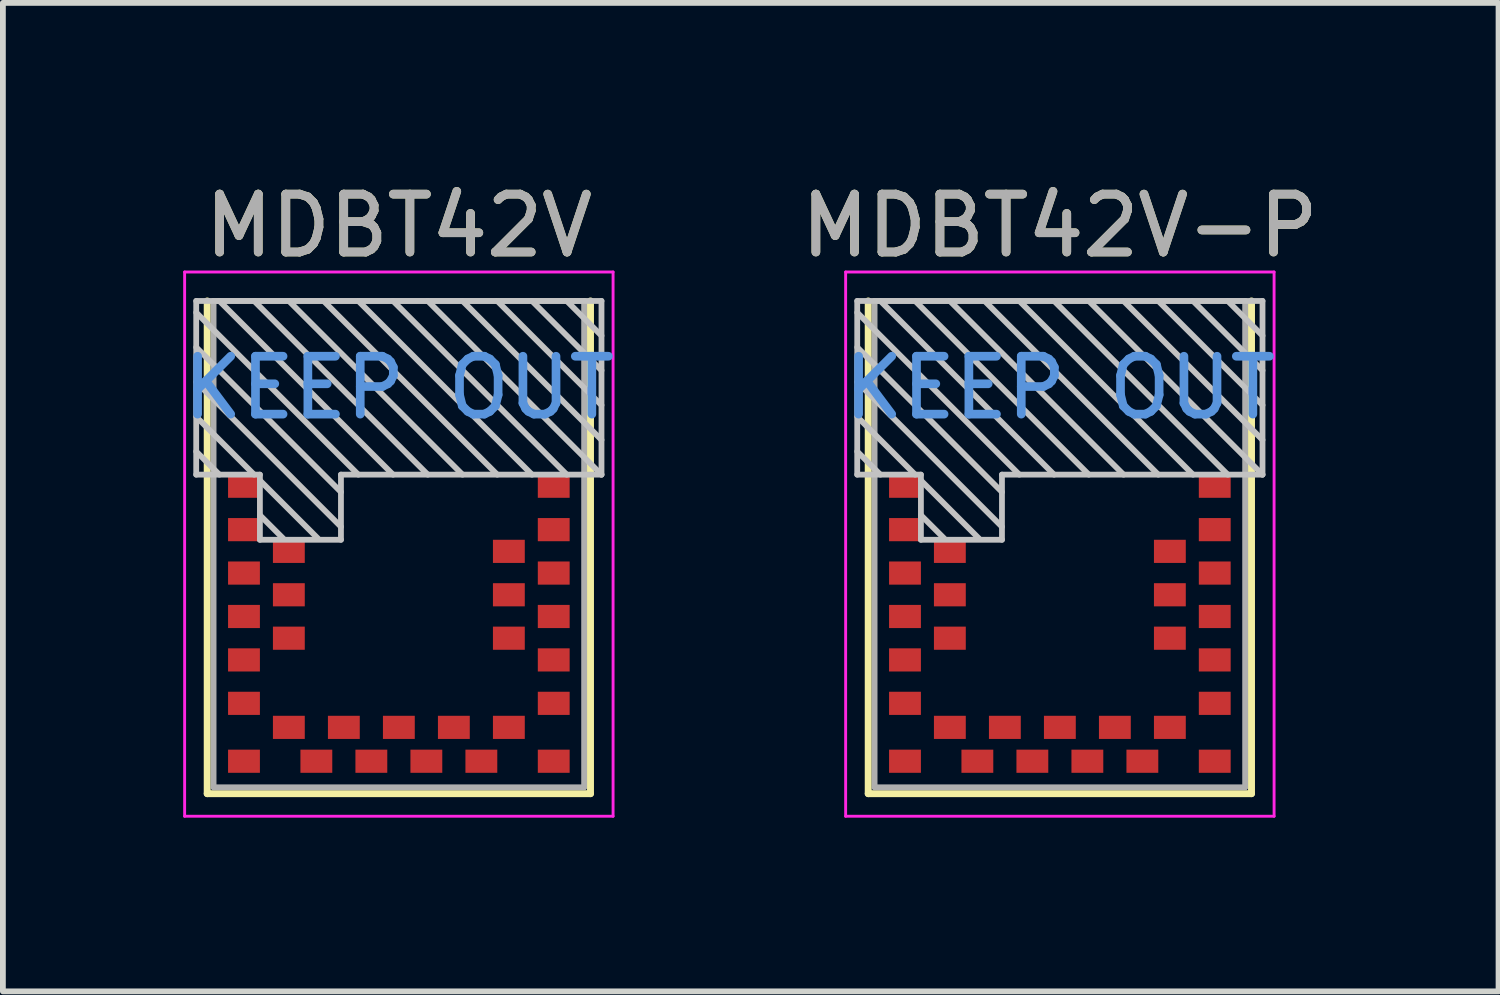
<source format=kicad_pcb>
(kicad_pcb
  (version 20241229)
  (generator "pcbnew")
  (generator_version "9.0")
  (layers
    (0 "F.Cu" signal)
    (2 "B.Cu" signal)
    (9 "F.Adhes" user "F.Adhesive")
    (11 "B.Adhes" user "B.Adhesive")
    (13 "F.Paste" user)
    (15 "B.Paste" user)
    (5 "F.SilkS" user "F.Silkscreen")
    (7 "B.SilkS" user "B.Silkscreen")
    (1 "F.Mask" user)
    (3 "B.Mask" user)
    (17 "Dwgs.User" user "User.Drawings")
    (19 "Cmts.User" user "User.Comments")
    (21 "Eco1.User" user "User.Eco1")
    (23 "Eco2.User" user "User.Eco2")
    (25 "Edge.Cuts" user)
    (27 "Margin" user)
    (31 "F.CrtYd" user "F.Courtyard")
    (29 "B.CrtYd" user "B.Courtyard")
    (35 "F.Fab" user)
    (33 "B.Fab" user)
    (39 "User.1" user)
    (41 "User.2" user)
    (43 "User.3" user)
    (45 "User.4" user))
  (footprint "MDBT42V"
    (layer "F.Cu")
    (at 3.839 6.348)
    (property "Reference" "MDBT42V" (at 0 -5.5 0) (layer "F.SilkS") (effects (font (size 1 1) (thickness 0.15))))
    (attr smd)
    (fp_line (start -3.31 4.31) (end -3.31 -4.2) (stroke (width 0.12) (type solid)) (layer "F.SilkS"))
    (fp_line (start -3.31 4.31) (end 3.31 4.31) (stroke (width 0.12) (type solid)) (layer "F.SilkS"))
    (fp_line (start 3.31 4.31) (end 3.31 -4.2) (stroke (width 0.12) (type solid)) (layer "F.SilkS"))
    (fp_line (start -3.5 -4.2) (end 3.5 -4.2) (stroke (width 0.1) (type solid)) (layer "Dwgs.User"))
    (fp_line (start -3.5 -4) (end -0.7 -1.2) (stroke (width 0.1) (type solid)) (layer "Dwgs.User"))
    (fp_line (start -3.5 -3.4) (end -1 -0.9) (stroke (width 0.1) (type solid)) (layer "Dwgs.User"))
    (fp_line (start -3.5 -2.8) (end -1 -0.3) (stroke (width 0.1) (type solid)) (layer "Dwgs.User"))
    (fp_line (start -3.5 -2.2) (end -2.5 -1.2) (stroke (width 0.1) (type solid)) (layer "Dwgs.User"))
    (fp_line (start -3.5 -1.6) (end -3.1 -1.2) (stroke (width 0.1) (type solid)) (layer "Dwgs.User"))
    (fp_line (start -3.5 -1.2) (end -3.5 -4.2) (stroke (width 0.1) (type solid)) (layer "Dwgs.User"))
    (fp_line (start -3.1 -4.2) (end -0.1 -1.2) (stroke (width 0.1) (type solid)) (layer "Dwgs.User"))
    (fp_line (start -2.5 -4.2) (end 0.5 -1.2) (stroke (width 0.1) (type solid)) (layer "Dwgs.User"))
    (fp_line (start -2.4 -1.2) (end -3.5 -1.2) (stroke (width 0.1) (type solid)) (layer "Dwgs.User"))
    (fp_line (start -2.4 -1.2) (end -2.4 -0.075) (stroke (width 0.1) (type solid)) (layer "Dwgs.User"))
    (fp_line (start -2.4 -1.1) (end -1.4 -0.1) (stroke (width 0.1) (type solid)) (layer "Dwgs.User"))
    (fp_line (start -2.4 -0.5) (end -2 -0.1) (stroke (width 0.1) (type solid)) (layer "Dwgs.User"))
    (fp_line (start -1.9 -4.2) (end 1.1 -1.2) (stroke (width 0.1) (type solid)) (layer "Dwgs.User"))
    (fp_line (start -1.3 -4.2) (end 1.7 -1.2) (stroke (width 0.1) (type solid)) (layer "Dwgs.User"))
    (fp_line (start -1 -1.2) (end -1 -0.075) (stroke (width 0.1) (type solid)) (layer "Dwgs.User"))
    (fp_line (start -1 -0.075) (end -2.4 -0.075) (stroke (width 0.1) (type solid)) (layer "Dwgs.User"))
    (fp_line (start -0.7 -4.2) (end 2.3 -1.2) (stroke (width 0.1) (type solid)) (layer "Dwgs.User"))
    (fp_line (start -0.1 -4.2) (end 2.9 -1.2) (stroke (width 0.1) (type solid)) (layer "Dwgs.User"))
    (fp_line (start 0.5 -4.2) (end 3.5 -1.2) (stroke (width 0.1) (type solid)) (layer "Dwgs.User"))
    (fp_line (start 1.1 -4.2) (end 3.5 -1.8) (stroke (width 0.1) (type solid)) (layer "Dwgs.User"))
    (fp_line (start 1.7 -4.2) (end 3.5 -2.4) (stroke (width 0.1) (type solid)) (layer "Dwgs.User"))
    (fp_line (start 2.3 -4.2) (end 3.5 -3) (stroke (width 0.1) (type solid)) (layer "Dwgs.User"))
    (fp_line (start 2.9 -4.2) (end 3.5 -3.6) (stroke (width 0.1) (type solid)) (layer "Dwgs.User"))
    (fp_line (start 3.5 -4.2) (end 3.5 -1.2) (stroke (width 0.1) (type solid)) (layer "Dwgs.User"))
    (fp_line (start 3.5 -1.2) (end -1 -1.2) (stroke (width 0.1) (type solid)) (layer "Dwgs.User"))
    (fp_line (start -3.7 -4.7) (end 3.7 -4.7) (stroke (width 0.05) (type solid)) (layer "F.CrtYd"))
    (fp_line (start -3.7 4.7) (end -3.7 -4.7) (stroke (width 0.05) (type solid)) (layer "F.CrtYd"))
    (fp_line (start 3.7 -4.7) (end 3.7 4.7) (stroke (width 0.05) (type solid)) (layer "F.CrtYd"))
    (fp_line (start 3.7 4.7) (end -3.7 4.7) (stroke (width 0.05) (type solid)) (layer "F.CrtYd"))
    (fp_line (start -3.2 4.2) (end -3.2 -4.2) (stroke (width 0.1) (type solid)) (layer "F.Fab"))
    (fp_line (start 3.2 -4.2) (end -3.2 -4.2) (stroke (width 0.1) (type solid)) (layer "F.Fab"))
    (fp_line (start 3.2 -4.2) (end 3.2 4.2) (stroke (width 0.1) (type solid)) (layer "F.Fab"))
    (fp_line (start 3.2 4.2) (end -3.2 4.2) (stroke (width 0.1) (type solid)) (layer "F.Fab"))
    (fp_text user "KEEP OUT" (at 0 -2.7 0) (layer "Cmts.User") (effects (font (size 1 1) (thickness 0.15))))
    (fp_text user "${REFERENCE}" (at 0 -5.5 0) (layer "F.Fab") (effects (font (size 1 1) (thickness 0.15))))
    (pad "1" smd rect (at -2.675 -1) (size 0.55 0.4) (layers "F.Cu" "F.Mask" "F.Paste"))
    (pad "2" smd rect (at -2.675 -0.25) (size 0.55 0.4) (layers "F.Cu" "F.Mask" "F.Paste"))
    (pad "3" smd rect (at -1.9 0.125) (size 0.55 0.4) (layers "F.Cu" "F.Mask" "F.Paste"))
    (pad "4" smd rect (at -2.675 0.5) (size 0.55 0.4) (layers "F.Cu" "F.Mask" "F.Paste"))
    (pad "5" smd rect (at -1.9 0.875) (size 0.55 0.4) (layers "F.Cu" "F.Mask" "F.Paste"))
    (pad "6" smd rect (at -2.675 1.25) (size 0.55 0.4) (layers "F.Cu" "F.Mask" "F.Paste"))
    (pad "7" smd rect (at -1.9 1.625) (size 0.55 0.4) (layers "F.Cu" "F.Mask" "F.Paste"))
    (pad "8" smd rect (at -2.675 2) (size 0.55 0.4) (layers "F.Cu" "F.Mask" "F.Paste"))
    (pad "9" smd rect (at -2.675 2.75) (size 0.55 0.4) (layers "F.Cu" "F.Mask" "F.Paste"))
    (pad "10" smd rect (at -2.675 3.75) (size 0.55 0.4) (layers "F.Cu" "F.Mask" "F.Paste"))
    (pad "11" smd rect (at -1.9 3.165) (size 0.55 0.4) (layers "F.Cu" "F.Mask" "F.Paste"))
    (pad "12" smd rect (at -1.425 3.75) (size 0.55 0.4) (layers "F.Cu" "F.Mask" "F.Paste"))
    (pad "13" smd rect (at -0.95 3.165) (size 0.55 0.4) (layers "F.Cu" "F.Mask" "F.Paste"))
    (pad "14" smd rect (at -0.475 3.75) (size 0.55 0.4) (layers "F.Cu" "F.Mask" "F.Paste"))
    (pad "15" smd rect (at 0 3.165) (size 0.55 0.4) (layers "F.Cu" "F.Mask" "F.Paste"))
    (pad "16" smd rect (at 0.475 3.75) (size 0.55 0.4) (layers "F.Cu" "F.Mask" "F.Paste"))
    (pad "17" smd rect (at 0.95 3.165) (size 0.55 0.4) (layers "F.Cu" "F.Mask" "F.Paste"))
    (pad "18" smd rect (at 1.425 3.75) (size 0.55 0.4) (layers "F.Cu" "F.Mask" "F.Paste"))
    (pad "19" smd rect (at 1.9 3.165) (size 0.55 0.4) (layers "F.Cu" "F.Mask" "F.Paste"))
    (pad "20" smd rect (at 2.675 3.75) (size 0.55 0.4) (layers "F.Cu" "F.Mask" "F.Paste"))
    (pad "21" smd rect (at 2.675 2.75) (size 0.55 0.4) (layers "F.Cu" "F.Mask" "F.Paste"))
    (pad "22" smd rect (at 2.675 2) (size 0.55 0.4) (layers "F.Cu" "F.Mask" "F.Paste"))
    (pad "23" smd rect (at 1.9 1.625) (size 0.55 0.4) (layers "F.Cu" "F.Mask" "F.Paste"))
    (pad "24" smd rect (at 2.675 1.25) (size 0.55 0.4) (layers "F.Cu" "F.Mask" "F.Paste"))
    (pad "25" smd rect (at 1.9 0.875) (size 0.55 0.4) (layers "F.Cu" "F.Mask" "F.Paste"))
    (pad "26" smd rect (at 2.675 0.5) (size 0.55 0.4) (layers "F.Cu" "F.Mask" "F.Paste"))
    (pad "27" smd rect (at 1.9 0.125) (size 0.55 0.4) (layers "F.Cu" "F.Mask" "F.Paste"))
    (pad "28" smd rect (at 2.675 -0.25) (size 0.55 0.4) (layers "F.Cu" "F.Mask" "F.Paste"))
    (pad "29" smd rect (at 2.675 -1) (size 0.55 0.4) (layers "F.Cu" "F.Mask" "F.Paste")))
  (footprint "MDBT42V-P"
    (layer "F.Cu")
    (at 15.256 6.348)
    (property "Reference" "MDBT42V-P" (at 0 -5.5 0) (layer "F.SilkS") (effects (font (size 1 1) (thickness 0.15))))
    (attr smd)
    (fp_line (start -3.31 4.31) (end -3.31 -4.2) (stroke (width 0.12) (type solid)) (layer "F.SilkS"))
    (fp_line (start -3.31 4.31) (end 3.31 4.31) (stroke (width 0.12) (type solid)) (layer "F.SilkS"))
    (fp_line (start 3.31 4.31) (end 3.31 -4.2) (stroke (width 0.12) (type solid)) (layer "F.SilkS"))
    (fp_line (start -3.5 -4.2) (end 3.5 -4.2) (stroke (width 0.1) (type solid)) (layer "Dwgs.User"))
    (fp_line (start -3.5 -4) (end -0.7 -1.2) (stroke (width 0.1) (type solid)) (layer "Dwgs.User"))
    (fp_line (start -3.5 -3.4) (end -1 -0.9) (stroke (width 0.1) (type solid)) (layer "Dwgs.User"))
    (fp_line (start -3.5 -2.8) (end -1 -0.3) (stroke (width 0.1) (type solid)) (layer "Dwgs.User"))
    (fp_line (start -3.5 -2.2) (end -2.5 -1.2) (stroke (width 0.1) (type solid)) (layer "Dwgs.User"))
    (fp_line (start -3.5 -1.6) (end -3.1 -1.2) (stroke (width 0.1) (type solid)) (layer "Dwgs.User"))
    (fp_line (start -3.5 -1.2) (end -3.5 -4.2) (stroke (width 0.1) (type solid)) (layer "Dwgs.User"))
    (fp_line (start -3.1 -4.2) (end -0.1 -1.2) (stroke (width 0.1) (type solid)) (layer "Dwgs.User"))
    (fp_line (start -2.5 -4.2) (end 0.5 -1.2) (stroke (width 0.1) (type solid)) (layer "Dwgs.User"))
    (fp_line (start -2.4 -1.2) (end -3.5 -1.2) (stroke (width 0.1) (type solid)) (layer "Dwgs.User"))
    (fp_line (start -2.4 -1.2) (end -2.4 -0.075) (stroke (width 0.1) (type solid)) (layer "Dwgs.User"))
    (fp_line (start -2.4 -1.1) (end -1.4 -0.1) (stroke (width 0.1) (type solid)) (layer "Dwgs.User"))
    (fp_line (start -2.4 -0.5) (end -2 -0.1) (stroke (width 0.1) (type solid)) (layer "Dwgs.User"))
    (fp_line (start -1.9 -4.2) (end 1.1 -1.2) (stroke (width 0.1) (type solid)) (layer "Dwgs.User"))
    (fp_line (start -1.3 -4.2) (end 1.7 -1.2) (stroke (width 0.1) (type solid)) (layer "Dwgs.User"))
    (fp_line (start -1 -1.2) (end -1 -0.075) (stroke (width 0.1) (type solid)) (layer "Dwgs.User"))
    (fp_line (start -1 -0.075) (end -2.4 -0.075) (stroke (width 0.1) (type solid)) (layer "Dwgs.User"))
    (fp_line (start -0.7 -4.2) (end 2.3 -1.2) (stroke (width 0.1) (type solid)) (layer "Dwgs.User"))
    (fp_line (start -0.1 -4.2) (end 2.9 -1.2) (stroke (width 0.1) (type solid)) (layer "Dwgs.User"))
    (fp_line (start 0.5 -4.2) (end 3.5 -1.2) (stroke (width 0.1) (type solid)) (layer "Dwgs.User"))
    (fp_line (start 1.1 -4.2) (end 3.5 -1.8) (stroke (width 0.1) (type solid)) (layer "Dwgs.User"))
    (fp_line (start 1.7 -4.2) (end 3.5 -2.4) (stroke (width 0.1) (type solid)) (layer "Dwgs.User"))
    (fp_line (start 2.3 -4.2) (end 3.5 -3) (stroke (width 0.1) (type solid)) (layer "Dwgs.User"))
    (fp_line (start 2.9 -4.2) (end 3.5 -3.6) (stroke (width 0.1) (type solid)) (layer "Dwgs.User"))
    (fp_line (start 3.5 -4.2) (end 3.5 -1.2) (stroke (width 0.1) (type solid)) (layer "Dwgs.User"))
    (fp_line (start 3.5 -1.2) (end -1 -1.2) (stroke (width 0.1) (type solid)) (layer "Dwgs.User"))
    (fp_line (start -3.7 -4.7) (end 3.7 -4.7) (stroke (width 0.05) (type solid)) (layer "F.CrtYd"))
    (fp_line (start -3.7 4.7) (end -3.7 -4.7) (stroke (width 0.05) (type solid)) (layer "F.CrtYd"))
    (fp_line (start 3.7 -4.7) (end 3.7 4.7) (stroke (width 0.05) (type solid)) (layer "F.CrtYd"))
    (fp_line (start 3.7 4.7) (end -3.7 4.7) (stroke (width 0.05) (type solid)) (layer "F.CrtYd"))
    (fp_line (start -3.2 4.2) (end -3.2 -4.2) (stroke (width 0.1) (type solid)) (layer "F.Fab"))
    (fp_line (start 3.2 -4.2) (end -3.2 -4.2) (stroke (width 0.1) (type solid)) (layer "F.Fab"))
    (fp_line (start 3.2 -4.2) (end 3.2 4.2) (stroke (width 0.1) (type solid)) (layer "F.Fab"))
    (fp_line (start 3.2 4.2) (end -3.2 4.2) (stroke (width 0.1) (type solid)) (layer "F.Fab"))
    (fp_text user "KEEP OUT" (at 0 -2.7 0) (layer "Cmts.User") (effects (font (size 1 1) (thickness 0.15))))
    (fp_text user "${REFERENCE}" (at 0 -5.5 0) (layer "F.Fab") (effects (font (size 1 1) (thickness 0.15))))
    (pad "1" smd rect (at -2.675 -1) (size 0.55 0.4) (layers "F.Cu" "F.Mask" "F.Paste"))
    (pad "2" smd rect (at -2.675 -0.25) (size 0.55 0.4) (layers "F.Cu" "F.Mask" "F.Paste"))
    (pad "3" smd rect (at -1.9 0.125) (size 0.55 0.4) (layers "F.Cu" "F.Mask" "F.Paste"))
    (pad "4" smd rect (at -2.675 0.5) (size 0.55 0.4) (layers "F.Cu" "F.Mask" "F.Paste"))
    (pad "5" smd rect (at -1.9 0.875) (size 0.55 0.4) (layers "F.Cu" "F.Mask" "F.Paste"))
    (pad "6" smd rect (at -2.675 1.25) (size 0.55 0.4) (layers "F.Cu" "F.Mask" "F.Paste"))
    (pad "7" smd rect (at -1.9 1.625) (size 0.55 0.4) (layers "F.Cu" "F.Mask" "F.Paste"))
    (pad "8" smd rect (at -2.675 2) (size 0.55 0.4) (layers "F.Cu" "F.Mask" "F.Paste"))
    (pad "9" smd rect (at -2.675 2.75) (size 0.55 0.4) (layers "F.Cu" "F.Mask" "F.Paste"))
    (pad "10" smd rect (at -2.675 3.75) (size 0.55 0.4) (layers "F.Cu" "F.Mask" "F.Paste"))
    (pad "11" smd rect (at -1.9 3.165) (size 0.55 0.4) (layers "F.Cu" "F.Mask" "F.Paste"))
    (pad "12" smd rect (at -1.425 3.75) (size 0.55 0.4) (layers "F.Cu" "F.Mask" "F.Paste"))
    (pad "13" smd rect (at -0.95 3.165) (size 0.55 0.4) (layers "F.Cu" "F.Mask" "F.Paste"))
    (pad "14" smd rect (at -0.475 3.75) (size 0.55 0.4) (layers "F.Cu" "F.Mask" "F.Paste"))
    (pad "15" smd rect (at 0 3.165) (size 0.55 0.4) (layers "F.Cu" "F.Mask" "F.Paste"))
    (pad "16" smd rect (at 0.475 3.75) (size 0.55 0.4) (layers "F.Cu" "F.Mask" "F.Paste"))
    (pad "17" smd rect (at 0.95 3.165) (size 0.55 0.4) (layers "F.Cu" "F.Mask" "F.Paste"))
    (pad "18" smd rect (at 1.425 3.75) (size 0.55 0.4) (layers "F.Cu" "F.Mask" "F.Paste"))
    (pad "19" smd rect (at 1.9 3.165) (size 0.55 0.4) (layers "F.Cu" "F.Mask" "F.Paste"))
    (pad "20" smd rect (at 2.675 3.75) (size 0.55 0.4) (layers "F.Cu" "F.Mask" "F.Paste"))
    (pad "21" smd rect (at 2.675 2.75) (size 0.55 0.4) (layers "F.Cu" "F.Mask" "F.Paste"))
    (pad "22" smd rect (at 2.675 2) (size 0.55 0.4) (layers "F.Cu" "F.Mask" "F.Paste"))
    (pad "23" smd rect (at 1.9 1.625) (size 0.55 0.4) (layers "F.Cu" "F.Mask" "F.Paste"))
    (pad "24" smd rect (at 2.675 1.25) (size 0.55 0.4) (layers "F.Cu" "F.Mask" "F.Paste"))
    (pad "25" smd rect (at 1.9 0.875) (size 0.55 0.4) (layers "F.Cu" "F.Mask" "F.Paste"))
    (pad "26" smd rect (at 2.675 0.5) (size 0.55 0.4) (layers "F.Cu" "F.Mask" "F.Paste"))
    (pad "27" smd rect (at 1.9 0.125) (size 0.55 0.4) (layers "F.Cu" "F.Mask" "F.Paste"))
    (pad "28" smd rect (at 2.675 -0.25) (size 0.55 0.4) (layers "F.Cu" "F.Mask" "F.Paste"))
    (pad "29" smd rect (at 2.675 -1) (size 0.55 0.4) (layers "F.Cu" "F.Mask" "F.Paste")))
  (gr_rect
    (start -3 -3)
    (end 22.833 14.073)
    (stroke (width 0.1) (type default))
    (fill no)
    (layer "Edge.Cuts")))
</source>
